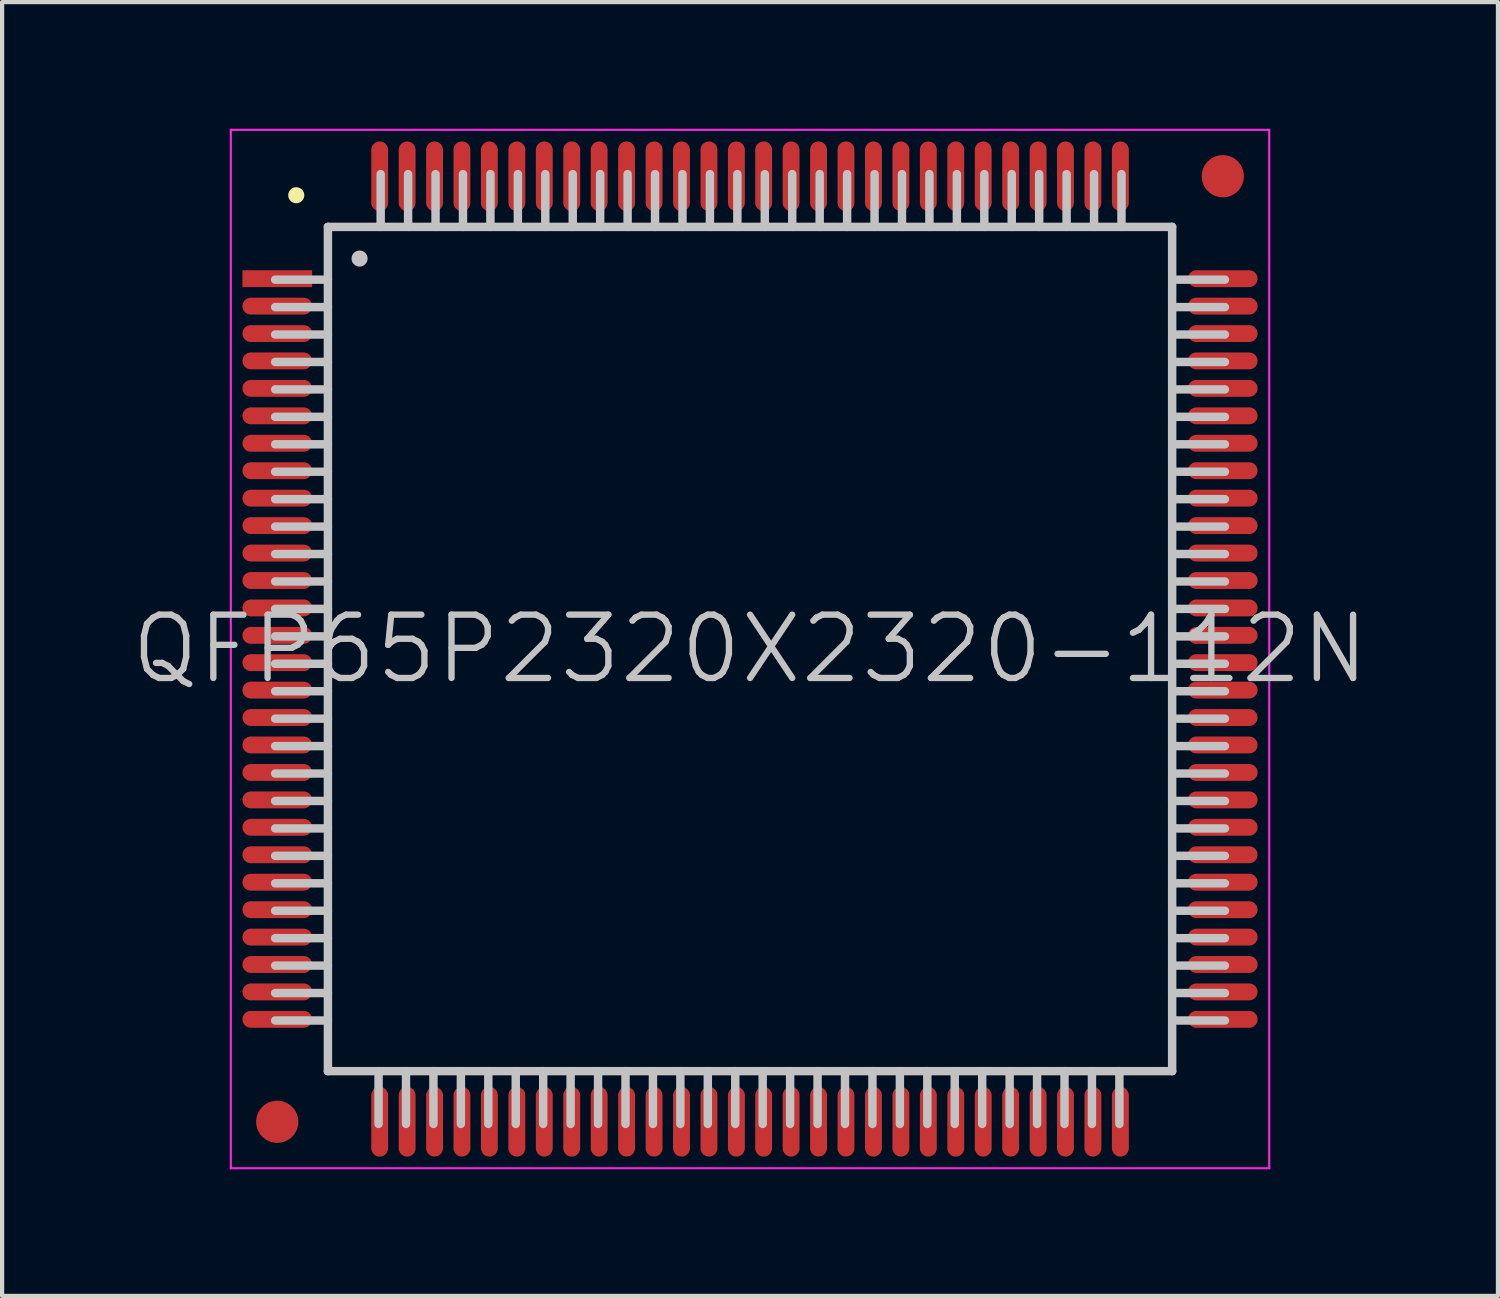
<source format=kicad_pcb>
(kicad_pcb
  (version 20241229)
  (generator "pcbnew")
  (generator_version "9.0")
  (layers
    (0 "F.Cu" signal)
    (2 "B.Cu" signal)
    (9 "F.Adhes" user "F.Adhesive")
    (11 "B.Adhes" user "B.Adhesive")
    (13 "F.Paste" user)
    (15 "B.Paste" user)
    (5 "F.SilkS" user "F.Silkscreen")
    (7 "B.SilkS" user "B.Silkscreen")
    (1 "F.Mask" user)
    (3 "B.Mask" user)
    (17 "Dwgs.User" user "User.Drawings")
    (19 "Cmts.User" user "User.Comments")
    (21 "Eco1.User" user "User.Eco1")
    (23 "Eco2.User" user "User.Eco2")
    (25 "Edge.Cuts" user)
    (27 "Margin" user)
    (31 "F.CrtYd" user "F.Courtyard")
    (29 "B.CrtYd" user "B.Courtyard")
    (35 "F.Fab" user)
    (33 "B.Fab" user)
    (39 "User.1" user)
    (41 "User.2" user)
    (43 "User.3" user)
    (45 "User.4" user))
  (footprint "QFP65P2320X2320-112N"
    (layer "F.Cu")
    (at 14.718 12.325)
    (property "Reference" "QFP65P2320X2320-112N" (at 0 0 0) (layer "Dwgs.User") (effects (font (size 1.5 1.5) (thickness 0.15))))
    (attr smd)
    (fp_line (start -10.75 -10.75) (end -10.75 -10.75) (stroke (width 0.381) (type solid)) (layer "F.SilkS"))
    (fp_line (start -10 -10) (end -10 10) (stroke (width 0.2) (type solid)) (layer "Dwgs.User"))
    (fp_line (start -10 -10) (end 10 -10) (stroke (width 0.2) (type solid)) (layer "Dwgs.User"))
    (fp_line (start -10 -8.75) (end -11.25 -8.75) (stroke (width 0.2) (type solid)) (layer "Dwgs.User"))
    (fp_line (start -10 -8.1) (end -11.25 -8.1) (stroke (width 0.2) (type solid)) (layer "Dwgs.User"))
    (fp_line (start -10 -7.45) (end -11.25 -7.45) (stroke (width 0.2) (type solid)) (layer "Dwgs.User"))
    (fp_line (start -10 -6.8) (end -11.25 -6.8) (stroke (width 0.2) (type solid)) (layer "Dwgs.User"))
    (fp_line (start -10 -6.15) (end -11.25 -6.15) (stroke (width 0.2) (type solid)) (layer "Dwgs.User"))
    (fp_line (start -10 -5.5) (end -11.25 -5.5) (stroke (width 0.2) (type solid)) (layer "Dwgs.User"))
    (fp_line (start -10 -4.85) (end -11.25 -4.85) (stroke (width 0.2) (type solid)) (layer "Dwgs.User"))
    (fp_line (start -10 -4.2) (end -11.25 -4.2) (stroke (width 0.2) (type solid)) (layer "Dwgs.User"))
    (fp_line (start -10 -3.55) (end -11.25 -3.55) (stroke (width 0.2) (type solid)) (layer "Dwgs.User"))
    (fp_line (start -10 -2.9) (end -11.25 -2.9) (stroke (width 0.2) (type solid)) (layer "Dwgs.User"))
    (fp_line (start -10 -2.25) (end -11.25 -2.25) (stroke (width 0.2) (type solid)) (layer "Dwgs.User"))
    (fp_line (start -10 -1.6) (end -11.25 -1.6) (stroke (width 0.2) (type solid)) (layer "Dwgs.User"))
    (fp_line (start -10 -0.95) (end -11.25 -0.95) (stroke (width 0.2) (type solid)) (layer "Dwgs.User"))
    (fp_line (start -10 -0.3) (end -11.25 -0.3) (stroke (width 0.2) (type solid)) (layer "Dwgs.User"))
    (fp_line (start -10 0.35) (end -11.25 0.35) (stroke (width 0.2) (type solid)) (layer "Dwgs.User"))
    (fp_line (start -10 1) (end -11.25 1) (stroke (width 0.2) (type solid)) (layer "Dwgs.User"))
    (fp_line (start -10 1.65) (end -11.25 1.65) (stroke (width 0.2) (type solid)) (layer "Dwgs.User"))
    (fp_line (start -10 2.3) (end -11.25 2.3) (stroke (width 0.2) (type solid)) (layer "Dwgs.User"))
    (fp_line (start -10 2.95) (end -11.25 2.95) (stroke (width 0.2) (type solid)) (layer "Dwgs.User"))
    (fp_line (start -10 3.6) (end -11.25 3.6) (stroke (width 0.2) (type solid)) (layer "Dwgs.User"))
    (fp_line (start -10 4.25) (end -11.25 4.25) (stroke (width 0.2) (type solid)) (layer "Dwgs.User"))
    (fp_line (start -10 4.9) (end -11.25 4.9) (stroke (width 0.2) (type solid)) (layer "Dwgs.User"))
    (fp_line (start -10 5.55) (end -11.25 5.55) (stroke (width 0.2) (type solid)) (layer "Dwgs.User"))
    (fp_line (start -10 6.2) (end -11.25 6.2) (stroke (width 0.2) (type solid)) (layer "Dwgs.User"))
    (fp_line (start -10 6.85) (end -11.25 6.85) (stroke (width 0.2) (type solid)) (layer "Dwgs.User"))
    (fp_line (start -10 7.5) (end -11.25 7.5) (stroke (width 0.2) (type solid)) (layer "Dwgs.User"))
    (fp_line (start -10 8.15) (end -11.25 8.15) (stroke (width 0.2) (type solid)) (layer "Dwgs.User"))
    (fp_line (start -10 8.8) (end -11.25 8.8) (stroke (width 0.2) (type solid)) (layer "Dwgs.User"))
    (fp_line (start -10 10) (end 10 10) (stroke (width 0.2) (type solid)) (layer "Dwgs.User"))
    (fp_line (start -9.25 -9.25) (end -9.25 -9.25) (stroke (width 0.381) (type solid)) (layer "Dwgs.User"))
    (fp_line (start -8.8 10) (end -8.8 11.25) (stroke (width 0.2) (type solid)) (layer "Dwgs.User"))
    (fp_line (start -8.75 -11.25) (end -8.75 -10) (stroke (width 0.2) (type solid)) (layer "Dwgs.User"))
    (fp_line (start -8.15 10) (end -8.15 11.25) (stroke (width 0.2) (type solid)) (layer "Dwgs.User"))
    (fp_line (start -8.1 -11.25) (end -8.1 -10) (stroke (width 0.2) (type solid)) (layer "Dwgs.User"))
    (fp_line (start -7.5 10) (end -7.5 11.25) (stroke (width 0.2) (type solid)) (layer "Dwgs.User"))
    (fp_line (start -7.45 -11.25) (end -7.45 -10) (stroke (width 0.2) (type solid)) (layer "Dwgs.User"))
    (fp_line (start -6.85 10) (end -6.85 11.25) (stroke (width 0.2) (type solid)) (layer "Dwgs.User"))
    (fp_line (start -6.8 -11.25) (end -6.8 -10) (stroke (width 0.2) (type solid)) (layer "Dwgs.User"))
    (fp_line (start -6.2 10) (end -6.2 11.25) (stroke (width 0.2) (type solid)) (layer "Dwgs.User"))
    (fp_line (start -6.15 -11.25) (end -6.15 -10) (stroke (width 0.2) (type solid)) (layer "Dwgs.User"))
    (fp_line (start -5.55 10) (end -5.55 11.25) (stroke (width 0.2) (type solid)) (layer "Dwgs.User"))
    (fp_line (start -5.5 -11.25) (end -5.5 -10) (stroke (width 0.2) (type solid)) (layer "Dwgs.User"))
    (fp_line (start -4.9 10) (end -4.9 11.25) (stroke (width 0.2) (type solid)) (layer "Dwgs.User"))
    (fp_line (start -4.85 -11.25) (end -4.85 -10) (stroke (width 0.2) (type solid)) (layer "Dwgs.User"))
    (fp_line (start -4.25 10) (end -4.25 11.25) (stroke (width 0.2) (type solid)) (layer "Dwgs.User"))
    (fp_line (start -4.2 -11.25) (end -4.2 -10) (stroke (width 0.2) (type solid)) (layer "Dwgs.User"))
    (fp_line (start -3.6 10) (end -3.6 11.25) (stroke (width 0.2) (type solid)) (layer "Dwgs.User"))
    (fp_line (start -3.55 -11.25) (end -3.55 -10) (stroke (width 0.2) (type solid)) (layer "Dwgs.User"))
    (fp_line (start -2.95 10) (end -2.95 11.25) (stroke (width 0.2) (type solid)) (layer "Dwgs.User"))
    (fp_line (start -2.9 -11.25) (end -2.9 -10) (stroke (width 0.2) (type solid)) (layer "Dwgs.User"))
    (fp_line (start -2.3 10) (end -2.3 11.25) (stroke (width 0.2) (type solid)) (layer "Dwgs.User"))
    (fp_line (start -2.25 -11.25) (end -2.25 -10) (stroke (width 0.2) (type solid)) (layer "Dwgs.User"))
    (fp_line (start -1.65 10) (end -1.65 11.25) (stroke (width 0.2) (type solid)) (layer "Dwgs.User"))
    (fp_line (start -1.6 -11.25) (end -1.6 -10) (stroke (width 0.2) (type solid)) (layer "Dwgs.User"))
    (fp_line (start -1 10) (end -1 11.25) (stroke (width 0.2) (type solid)) (layer "Dwgs.User"))
    (fp_line (start -0.95 -11.25) (end -0.95 -10) (stroke (width 0.2) (type solid)) (layer "Dwgs.User"))
    (fp_line (start -0.35 10) (end -0.35 11.25) (stroke (width 0.2) (type solid)) (layer "Dwgs.User"))
    (fp_line (start -0.3 -11.25) (end -0.3 -10) (stroke (width 0.2) (type solid)) (layer "Dwgs.User"))
    (fp_line (start 0.3 10) (end 0.3 11.25) (stroke (width 0.2) (type solid)) (layer "Dwgs.User"))
    (fp_line (start 0.35 -11.25) (end 0.35 -10) (stroke (width 0.2) (type solid)) (layer "Dwgs.User"))
    (fp_line (start 0.95 10) (end 0.95 11.25) (stroke (width 0.2) (type solid)) (layer "Dwgs.User"))
    (fp_line (start 1 -11.25) (end 1 -10) (stroke (width 0.2) (type solid)) (layer "Dwgs.User"))
    (fp_line (start 1.6 10) (end 1.6 11.25) (stroke (width 0.2) (type solid)) (layer "Dwgs.User"))
    (fp_line (start 1.65 -11.25) (end 1.65 -10) (stroke (width 0.2) (type solid)) (layer "Dwgs.User"))
    (fp_line (start 2.25 10) (end 2.25 11.25) (stroke (width 0.2) (type solid)) (layer "Dwgs.User"))
    (fp_line (start 2.3 -11.25) (end 2.3 -10) (stroke (width 0.2) (type solid)) (layer "Dwgs.User"))
    (fp_line (start 2.9 10) (end 2.9 11.25) (stroke (width 0.2) (type solid)) (layer "Dwgs.User"))
    (fp_line (start 2.95 -11.25) (end 2.95 -10) (stroke (width 0.2) (type solid)) (layer "Dwgs.User"))
    (fp_line (start 3.55 10) (end 3.55 11.25) (stroke (width 0.2) (type solid)) (layer "Dwgs.User"))
    (fp_line (start 3.6 -11.25) (end 3.6 -10) (stroke (width 0.2) (type solid)) (layer "Dwgs.User"))
    (fp_line (start 4.2 10) (end 4.2 11.25) (stroke (width 0.2) (type solid)) (layer "Dwgs.User"))
    (fp_line (start 4.25 -11.25) (end 4.25 -10) (stroke (width 0.2) (type solid)) (layer "Dwgs.User"))
    (fp_line (start 4.85 10) (end 4.85 11.25) (stroke (width 0.2) (type solid)) (layer "Dwgs.User"))
    (fp_line (start 4.9 -11.25) (end 4.9 -10) (stroke (width 0.2) (type solid)) (layer "Dwgs.User"))
    (fp_line (start 5.5 10) (end 5.5 11.25) (stroke (width 0.2) (type solid)) (layer "Dwgs.User"))
    (fp_line (start 5.55 -11.25) (end 5.55 -10) (stroke (width 0.2) (type solid)) (layer "Dwgs.User"))
    (fp_line (start 6.15 10) (end 6.15 11.25) (stroke (width 0.2) (type solid)) (layer "Dwgs.User"))
    (fp_line (start 6.2 -11.25) (end 6.2 -10) (stroke (width 0.2) (type solid)) (layer "Dwgs.User"))
    (fp_line (start 6.8 10) (end 6.8 11.25) (stroke (width 0.2) (type solid)) (layer "Dwgs.User"))
    (fp_line (start 6.85 -11.25) (end 6.85 -10) (stroke (width 0.2) (type solid)) (layer "Dwgs.User"))
    (fp_line (start 7.45 10) (end 7.45 11.25) (stroke (width 0.2) (type solid)) (layer "Dwgs.User"))
    (fp_line (start 7.5 -11.25) (end 7.5 -10) (stroke (width 0.2) (type solid)) (layer "Dwgs.User"))
    (fp_line (start 8.1 10) (end 8.1 11.25) (stroke (width 0.2) (type solid)) (layer "Dwgs.User"))
    (fp_line (start 8.15 -11.25) (end 8.15 -10) (stroke (width 0.2) (type solid)) (layer "Dwgs.User"))
    (fp_line (start 8.75 10) (end 8.75 11.25) (stroke (width 0.2) (type solid)) (layer "Dwgs.User"))
    (fp_line (start 8.8 -11.25) (end 8.8 -10) (stroke (width 0.2) (type solid)) (layer "Dwgs.User"))
    (fp_line (start 10 -10) (end 10 10) (stroke (width 0.2) (type solid)) (layer "Dwgs.User"))
    (fp_line (start 11.25 -8.75) (end 10 -8.75) (stroke (width 0.2) (type solid)) (layer "Dwgs.User"))
    (fp_line (start 11.25 -8.1) (end 10 -8.1) (stroke (width 0.2) (type solid)) (layer "Dwgs.User"))
    (fp_line (start 11.25 -7.45) (end 10 -7.45) (stroke (width 0.2) (type solid)) (layer "Dwgs.User"))
    (fp_line (start 11.25 -6.8) (end 10 -6.8) (stroke (width 0.2) (type solid)) (layer "Dwgs.User"))
    (fp_line (start 11.25 -6.15) (end 10 -6.15) (stroke (width 0.2) (type solid)) (layer "Dwgs.User"))
    (fp_line (start 11.25 -5.5) (end 10 -5.5) (stroke (width 0.2) (type solid)) (layer "Dwgs.User"))
    (fp_line (start 11.25 -4.85) (end 10 -4.85) (stroke (width 0.2) (type solid)) (layer "Dwgs.User"))
    (fp_line (start 11.25 -4.2) (end 10 -4.2) (stroke (width 0.2) (type solid)) (layer "Dwgs.User"))
    (fp_line (start 11.25 -3.55) (end 10 -3.55) (stroke (width 0.2) (type solid)) (layer "Dwgs.User"))
    (fp_line (start 11.25 -2.9) (end 10 -2.9) (stroke (width 0.2) (type solid)) (layer "Dwgs.User"))
    (fp_line (start 11.25 -2.25) (end 10 -2.25) (stroke (width 0.2) (type solid)) (layer "Dwgs.User"))
    (fp_line (start 11.25 -1.6) (end 10 -1.6) (stroke (width 0.2) (type solid)) (layer "Dwgs.User"))
    (fp_line (start 11.25 -0.95) (end 10 -0.95) (stroke (width 0.2) (type solid)) (layer "Dwgs.User"))
    (fp_line (start 11.25 -0.3) (end 10 -0.3) (stroke (width 0.2) (type solid)) (layer "Dwgs.User"))
    (fp_line (start 11.25 0.35) (end 10 0.35) (stroke (width 0.2) (type solid)) (layer "Dwgs.User"))
    (fp_line (start 11.25 1) (end 10 1) (stroke (width 0.2) (type solid)) (layer "Dwgs.User"))
    (fp_line (start 11.25 1.65) (end 10 1.65) (stroke (width 0.2) (type solid)) (layer "Dwgs.User"))
    (fp_line (start 11.25 2.3) (end 10 2.3) (stroke (width 0.2) (type solid)) (layer "Dwgs.User"))
    (fp_line (start 11.25 2.95) (end 10 2.95) (stroke (width 0.2) (type solid)) (layer "Dwgs.User"))
    (fp_line (start 11.25 3.6) (end 10 3.6) (stroke (width 0.2) (type solid)) (layer "Dwgs.User"))
    (fp_line (start 11.25 4.25) (end 10 4.25) (stroke (width 0.2) (type solid)) (layer "Dwgs.User"))
    (fp_line (start 11.25 4.9) (end 10 4.9) (stroke (width 0.2) (type solid)) (layer "Dwgs.User"))
    (fp_line (start 11.25 5.55) (end 10 5.55) (stroke (width 0.2) (type solid)) (layer "Dwgs.User"))
    (fp_line (start 11.25 6.2) (end 10 6.2) (stroke (width 0.2) (type solid)) (layer "Dwgs.User"))
    (fp_line (start 11.25 6.85) (end 10 6.85) (stroke (width 0.2) (type solid)) (layer "Dwgs.User"))
    (fp_line (start 11.25 7.5) (end 10 7.5) (stroke (width 0.2) (type solid)) (layer "Dwgs.User"))
    (fp_line (start 11.25 8.15) (end 10 8.15) (stroke (width 0.2) (type solid)) (layer "Dwgs.User"))
    (fp_line (start 11.25 8.8) (end 10 8.8) (stroke (width 0.2) (type solid)) (layer "Dwgs.User"))
    (fp_line (start -12.3 -12.3) (end -12.3 12.3) (stroke (width 0.05) (type solid)) (layer "F.CrtYd"))
    (fp_line (start -12.3 -12.3) (end 12.3 -12.3) (stroke (width 0.05) (type solid)) (layer "F.CrtYd"))
    (fp_line (start -12.3 12.3) (end 12.3 12.3) (stroke (width 0.05) (type solid)) (layer "F.CrtYd"))
    (fp_line (start 12.3 -12.3) (end 12.3 12.3) (stroke (width 0.05) (type solid)) (layer "F.CrtYd"))
    (pad "" smd circle (at -11.2 11.2) (size 1 1) (layers "F.Cu" "F.Mask"))
    (pad "" smd circle (at 11.2 -11.2) (size 1 1) (layers "F.Cu" "F.Mask"))
    (pad "1" smd rect (at -11.199 -8.773 90) (size 0.4 1.65) (layers "F.Cu" "F.Mask" "F.Paste"))
    (pad "2" smd oval (at -11.199 -8.123 90) (size 0.4 1.65) (layers "F.Cu" "F.Mask" "F.Paste"))
    (pad "3" smd oval (at -11.199 -7.473 90) (size 0.4 1.65) (layers "F.Cu" "F.Mask" "F.Paste"))
    (pad "4" smd oval (at -11.199 -6.825 90) (size 0.4 1.65) (layers "F.Cu" "F.Mask" "F.Paste"))
    (pad "5" smd oval (at -11.199 -6.175 90) (size 0.4 1.65) (layers "F.Cu" "F.Mask" "F.Paste"))
    (pad "6" smd oval (at -11.199 -5.524 90) (size 0.4 1.65) (layers "F.Cu" "F.Mask" "F.Paste"))
    (pad "7" smd oval (at -11.199 -4.874 90) (size 0.4 1.65) (layers "F.Cu" "F.Mask" "F.Paste"))
    (pad "8" smd oval (at -11.199 -4.224 90) (size 0.4 1.65) (layers "F.Cu" "F.Mask" "F.Paste"))
    (pad "9" smd oval (at -11.199 -3.574 90) (size 0.4 1.65) (layers "F.Cu" "F.Mask" "F.Paste"))
    (pad "10" smd oval (at -11.199 -2.924 90) (size 0.4 1.65) (layers "F.Cu" "F.Mask" "F.Paste"))
    (pad "11" smd oval (at -11.199 -2.273 90) (size 0.4 1.65) (layers "F.Cu" "F.Mask" "F.Paste"))
    (pad "12" smd oval (at -11.199 -1.623 90) (size 0.4 1.65) (layers "F.Cu" "F.Mask" "F.Paste"))
    (pad "13" smd oval (at -11.199 -0.973 90) (size 0.4 1.65) (layers "F.Cu" "F.Mask" "F.Paste"))
    (pad "14" smd oval (at -11.199 -0.323 90) (size 0.4 1.65) (layers "F.Cu" "F.Mask" "F.Paste"))
    (pad "15" smd oval (at -11.199 0.323 90) (size 0.4 1.65) (layers "F.Cu" "F.Mask" "F.Paste"))
    (pad "16" smd oval (at -11.199 0.973 90) (size 0.4 1.65) (layers "F.Cu" "F.Mask" "F.Paste"))
    (pad "17" smd oval (at -11.199 1.623 90) (size 0.4 1.65) (layers "F.Cu" "F.Mask" "F.Paste"))
    (pad "18" smd oval (at -11.199 2.273 90) (size 0.4 1.65) (layers "F.Cu" "F.Mask" "F.Paste"))
    (pad "19" smd oval (at -11.199 2.924 90) (size 0.4 1.65) (layers "F.Cu" "F.Mask" "F.Paste"))
    (pad "20" smd oval (at -11.199 3.574 90) (size 0.4 1.65) (layers "F.Cu" "F.Mask" "F.Paste"))
    (pad "21" smd oval (at -11.199 4.224 90) (size 0.4 1.65) (layers "F.Cu" "F.Mask" "F.Paste"))
    (pad "22" smd oval (at -11.199 4.874 90) (size 0.4 1.65) (layers "F.Cu" "F.Mask" "F.Paste"))
    (pad "23" smd oval (at -11.199 5.524 90) (size 0.4 1.65) (layers "F.Cu" "F.Mask" "F.Paste"))
    (pad "24" smd oval (at -11.199 6.175 90) (size 0.4 1.65) (layers "F.Cu" "F.Mask" "F.Paste"))
    (pad "25" smd oval (at -11.199 6.825 90) (size 0.4 1.65) (layers "F.Cu" "F.Mask" "F.Paste"))
    (pad "26" smd oval (at -11.199 7.473 90) (size 0.4 1.65) (layers "F.Cu" "F.Mask" "F.Paste"))
    (pad "27" smd oval (at -11.199 8.123 90) (size 0.4 1.65) (layers "F.Cu" "F.Mask" "F.Paste"))
    (pad "28" smd oval (at -11.199 8.773 90) (size 0.4 1.65) (layers "F.Cu" "F.Mask" "F.Paste"))
    (pad "29" smd oval (at -8.773 11.199 180) (size 0.4 1.65) (layers "F.Cu" "F.Mask" "F.Paste"))
    (pad "30" smd oval (at -8.123 11.199 180) (size 0.4 1.65) (layers "F.Cu" "F.Mask" "F.Paste"))
    (pad "31" smd oval (at -7.473 11.199 180) (size 0.4 1.65) (layers "F.Cu" "F.Mask" "F.Paste"))
    (pad "32" smd oval (at -6.825 11.199 180) (size 0.4 1.65) (layers "F.Cu" "F.Mask" "F.Paste"))
    (pad "33" smd oval (at -6.175 11.199 180) (size 0.4 1.65) (layers "F.Cu" "F.Mask" "F.Paste"))
    (pad "34" smd oval (at -5.524 11.199 180) (size 0.4 1.65) (layers "F.Cu" "F.Mask" "F.Paste"))
    (pad "35" smd oval (at -4.874 11.199 180) (size 0.4 1.65) (layers "F.Cu" "F.Mask" "F.Paste"))
    (pad "36" smd oval (at -4.224 11.199 180) (size 0.4 1.65) (layers "F.Cu" "F.Mask" "F.Paste"))
    (pad "37" smd oval (at -3.574 11.199 180) (size 0.4 1.65) (layers "F.Cu" "F.Mask" "F.Paste"))
    (pad "38" smd oval (at -2.924 11.199 180) (size 0.4 1.65) (layers "F.Cu" "F.Mask" "F.Paste"))
    (pad "39" smd oval (at -2.273 11.199 180) (size 0.4 1.65) (layers "F.Cu" "F.Mask" "F.Paste"))
    (pad "40" smd oval (at -1.623 11.199 180) (size 0.4 1.65) (layers "F.Cu" "F.Mask" "F.Paste"))
    (pad "41" smd oval (at -0.973 11.199 180) (size 0.4 1.65) (layers "F.Cu" "F.Mask" "F.Paste"))
    (pad "42" smd oval (at -0.323 11.199 180) (size 0.4 1.65) (layers "F.Cu" "F.Mask" "F.Paste"))
    (pad "43" smd oval (at 0.323 11.199 180) (size 0.4 1.65) (layers "F.Cu" "F.Mask" "F.Paste"))
    (pad "44" smd oval (at 0.973 11.199 180) (size 0.4 1.65) (layers "F.Cu" "F.Mask" "F.Paste"))
    (pad "45" smd oval (at 1.623 11.199 180) (size 0.4 1.65) (layers "F.Cu" "F.Mask" "F.Paste"))
    (pad "46" smd oval (at 2.273 11.199 180) (size 0.4 1.65) (layers "F.Cu" "F.Mask" "F.Paste"))
    (pad "47" smd oval (at 2.924 11.199 180) (size 0.4 1.65) (layers "F.Cu" "F.Mask" "F.Paste"))
    (pad "48" smd oval (at 3.574 11.199 180) (size 0.4 1.65) (layers "F.Cu" "F.Mask" "F.Paste"))
    (pad "49" smd oval (at 4.224 11.199 180) (size 0.4 1.65) (layers "F.Cu" "F.Mask" "F.Paste"))
    (pad "50" smd oval (at 4.874 11.199 180) (size 0.4 1.65) (layers "F.Cu" "F.Mask" "F.Paste"))
    (pad "51" smd oval (at 5.524 11.199 180) (size 0.4 1.65) (layers "F.Cu" "F.Mask" "F.Paste"))
    (pad "52" smd oval (at 6.175 11.199 180) (size 0.4 1.65) (layers "F.Cu" "F.Mask" "F.Paste"))
    (pad "53" smd oval (at 6.825 11.199 180) (size 0.4 1.65) (layers "F.Cu" "F.Mask" "F.Paste"))
    (pad "54" smd oval (at 7.473 11.199 180) (size 0.4 1.65) (layers "F.Cu" "F.Mask" "F.Paste"))
    (pad "55" smd oval (at 8.123 11.199 180) (size 0.4 1.65) (layers "F.Cu" "F.Mask" "F.Paste"))
    (pad "56" smd oval (at 8.773 11.199 180) (size 0.4 1.65) (layers "F.Cu" "F.Mask" "F.Paste"))
    (pad "57" smd oval (at 11.199 8.773 270) (size 0.4 1.65) (layers "F.Cu" "F.Mask" "F.Paste"))
    (pad "58" smd oval (at 11.199 8.123 270) (size 0.4 1.65) (layers "F.Cu" "F.Mask" "F.Paste"))
    (pad "59" smd oval (at 11.199 7.473 270) (size 0.4 1.65) (layers "F.Cu" "F.Mask" "F.Paste"))
    (pad "60" smd oval (at 11.199 6.825 270) (size 0.4 1.65) (layers "F.Cu" "F.Mask" "F.Paste"))
    (pad "61" smd oval (at 11.199 6.175 270) (size 0.4 1.65) (layers "F.Cu" "F.Mask" "F.Paste"))
    (pad "62" smd oval (at 11.199 5.524 270) (size 0.4 1.65) (layers "F.Cu" "F.Mask" "F.Paste"))
    (pad "63" smd oval (at 11.199 4.874 270) (size 0.4 1.65) (layers "F.Cu" "F.Mask" "F.Paste"))
    (pad "64" smd oval (at 11.199 4.224 270) (size 0.4 1.65) (layers "F.Cu" "F.Mask" "F.Paste"))
    (pad "65" smd oval (at 11.199 3.574 270) (size 0.4 1.65) (layers "F.Cu" "F.Mask" "F.Paste"))
    (pad "66" smd oval (at 11.199 2.924 270) (size 0.4 1.65) (layers "F.Cu" "F.Mask" "F.Paste"))
    (pad "67" smd oval (at 11.199 2.273 270) (size 0.4 1.65) (layers "F.Cu" "F.Mask" "F.Paste"))
    (pad "68" smd oval (at 11.199 1.623 270) (size 0.4 1.65) (layers "F.Cu" "F.Mask" "F.Paste"))
    (pad "69" smd oval (at 11.199 0.973 270) (size 0.4 1.65) (layers "F.Cu" "F.Mask" "F.Paste"))
    (pad "70" smd oval (at 11.199 0.323 270) (size 0.4 1.65) (layers "F.Cu" "F.Mask" "F.Paste"))
    (pad "71" smd oval (at 11.199 -0.323 270) (size 0.4 1.65) (layers "F.Cu" "F.Mask" "F.Paste"))
    (pad "72" smd oval (at 11.199 -0.973 270) (size 0.4 1.65) (layers "F.Cu" "F.Mask" "F.Paste"))
    (pad "73" smd oval (at 11.199 -1.623 270) (size 0.4 1.65) (layers "F.Cu" "F.Mask" "F.Paste"))
    (pad "74" smd oval (at 11.199 -2.273 270) (size 0.4 1.65) (layers "F.Cu" "F.Mask" "F.Paste"))
    (pad "75" smd oval (at 11.199 -2.924 270) (size 0.4 1.65) (layers "F.Cu" "F.Mask" "F.Paste"))
    (pad "76" smd oval (at 11.199 -3.574 270) (size 0.4 1.65) (layers "F.Cu" "F.Mask" "F.Paste"))
    (pad "77" smd oval (at 11.199 -4.224 270) (size 0.4 1.65) (layers "F.Cu" "F.Mask" "F.Paste"))
    (pad "78" smd oval (at 11.199 -4.874 270) (size 0.4 1.65) (layers "F.Cu" "F.Mask" "F.Paste"))
    (pad "79" smd oval (at 11.199 -5.524 270) (size 0.4 1.65) (layers "F.Cu" "F.Mask" "F.Paste"))
    (pad "80" smd oval (at 11.199 -6.175 270) (size 0.4 1.65) (layers "F.Cu" "F.Mask" "F.Paste"))
    (pad "81" smd oval (at 11.199 -6.825 270) (size 0.4 1.65) (layers "F.Cu" "F.Mask" "F.Paste"))
    (pad "82" smd oval (at 11.199 -7.473 270) (size 0.4 1.65) (layers "F.Cu" "F.Mask" "F.Paste"))
    (pad "83" smd oval (at 11.199 -8.123 270) (size 0.4 1.65) (layers "F.Cu" "F.Mask" "F.Paste"))
    (pad "84" smd oval (at 11.199 -8.773 270) (size 0.4 1.65) (layers "F.Cu" "F.Mask" "F.Paste"))
    (pad "85" smd oval (at 8.773 -11.199) (size 0.4 1.65) (layers "F.Cu" "F.Mask" "F.Paste"))
    (pad "86" smd oval (at 8.123 -11.199) (size 0.4 1.65) (layers "F.Cu" "F.Mask" "F.Paste"))
    (pad "87" smd oval (at 7.473 -11.199) (size 0.4 1.65) (layers "F.Cu" "F.Mask" "F.Paste"))
    (pad "88" smd oval (at 6.825 -11.199) (size 0.4 1.65) (layers "F.Cu" "F.Mask" "F.Paste"))
    (pad "89" smd oval (at 6.175 -11.199) (size 0.4 1.65) (layers "F.Cu" "F.Mask" "F.Paste"))
    (pad "90" smd oval (at 5.524 -11.199) (size 0.4 1.65) (layers "F.Cu" "F.Mask" "F.Paste"))
    (pad "91" smd oval (at 4.874 -11.199) (size 0.4 1.65) (layers "F.Cu" "F.Mask" "F.Paste"))
    (pad "92" smd oval (at 4.224 -11.199) (size 0.4 1.65) (layers "F.Cu" "F.Mask" "F.Paste"))
    (pad "93" smd oval (at 3.574 -11.199) (size 0.4 1.65) (layers "F.Cu" "F.Mask" "F.Paste"))
    (pad "94" smd oval (at 2.924 -11.199) (size 0.4 1.65) (layers "F.Cu" "F.Mask" "F.Paste"))
    (pad "95" smd oval (at 2.273 -11.199) (size 0.4 1.65) (layers "F.Cu" "F.Mask" "F.Paste"))
    (pad "96" smd oval (at 1.623 -11.199) (size 0.4 1.65) (layers "F.Cu" "F.Mask" "F.Paste"))
    (pad "97" smd oval (at 0.973 -11.199) (size 0.4 1.65) (layers "F.Cu" "F.Mask" "F.Paste"))
    (pad "98" smd oval (at 0.323 -11.199) (size 0.4 1.65) (layers "F.Cu" "F.Mask" "F.Paste"))
    (pad "99" smd oval (at -0.323 -11.199) (size 0.4 1.65) (layers "F.Cu" "F.Mask" "F.Paste"))
    (pad "100" smd oval (at -0.973 -11.199) (size 0.4 1.65) (layers "F.Cu" "F.Mask" "F.Paste"))
    (pad "101" smd oval (at -1.623 -11.199) (size 0.4 1.65) (layers "F.Cu" "F.Mask" "F.Paste"))
    (pad "102" smd oval (at -2.273 -11.199) (size 0.4 1.65) (layers "F.Cu" "F.Mask" "F.Paste"))
    (pad "103" smd oval (at -2.924 -11.199) (size 0.4 1.65) (layers "F.Cu" "F.Mask" "F.Paste"))
    (pad "104" smd oval (at -3.574 -11.199) (size 0.4 1.65) (layers "F.Cu" "F.Mask" "F.Paste"))
    (pad "105" smd oval (at -4.224 -11.199) (size 0.4 1.65) (layers "F.Cu" "F.Mask" "F.Paste"))
    (pad "106" smd oval (at -4.874 -11.199) (size 0.4 1.65) (layers "F.Cu" "F.Mask" "F.Paste"))
    (pad "107" smd oval (at -5.524 -11.199) (size 0.4 1.65) (layers "F.Cu" "F.Mask" "F.Paste"))
    (pad "108" smd oval (at -6.175 -11.199) (size 0.4 1.65) (layers "F.Cu" "F.Mask" "F.Paste"))
    (pad "109" smd oval (at -6.825 -11.199) (size 0.4 1.65) (layers "F.Cu" "F.Mask" "F.Paste"))
    (pad "110" smd oval (at -7.473 -11.199) (size 0.4 1.65) (layers "F.Cu" "F.Mask" "F.Paste"))
    (pad "111" smd oval (at -8.123 -11.199) (size 0.4 1.65) (layers "F.Cu" "F.Mask" "F.Paste"))
    (pad "112" smd oval (at -8.773 -11.199) (size 0.4 1.65) (layers "F.Cu" "F.Mask" "F.Paste")))
  (gr_rect
    (start -3 -3)
    (end 32.436 27.65)
    (stroke (width 0.1) (type default))
    (fill no)
    (layer "Edge.Cuts")))
</source>
